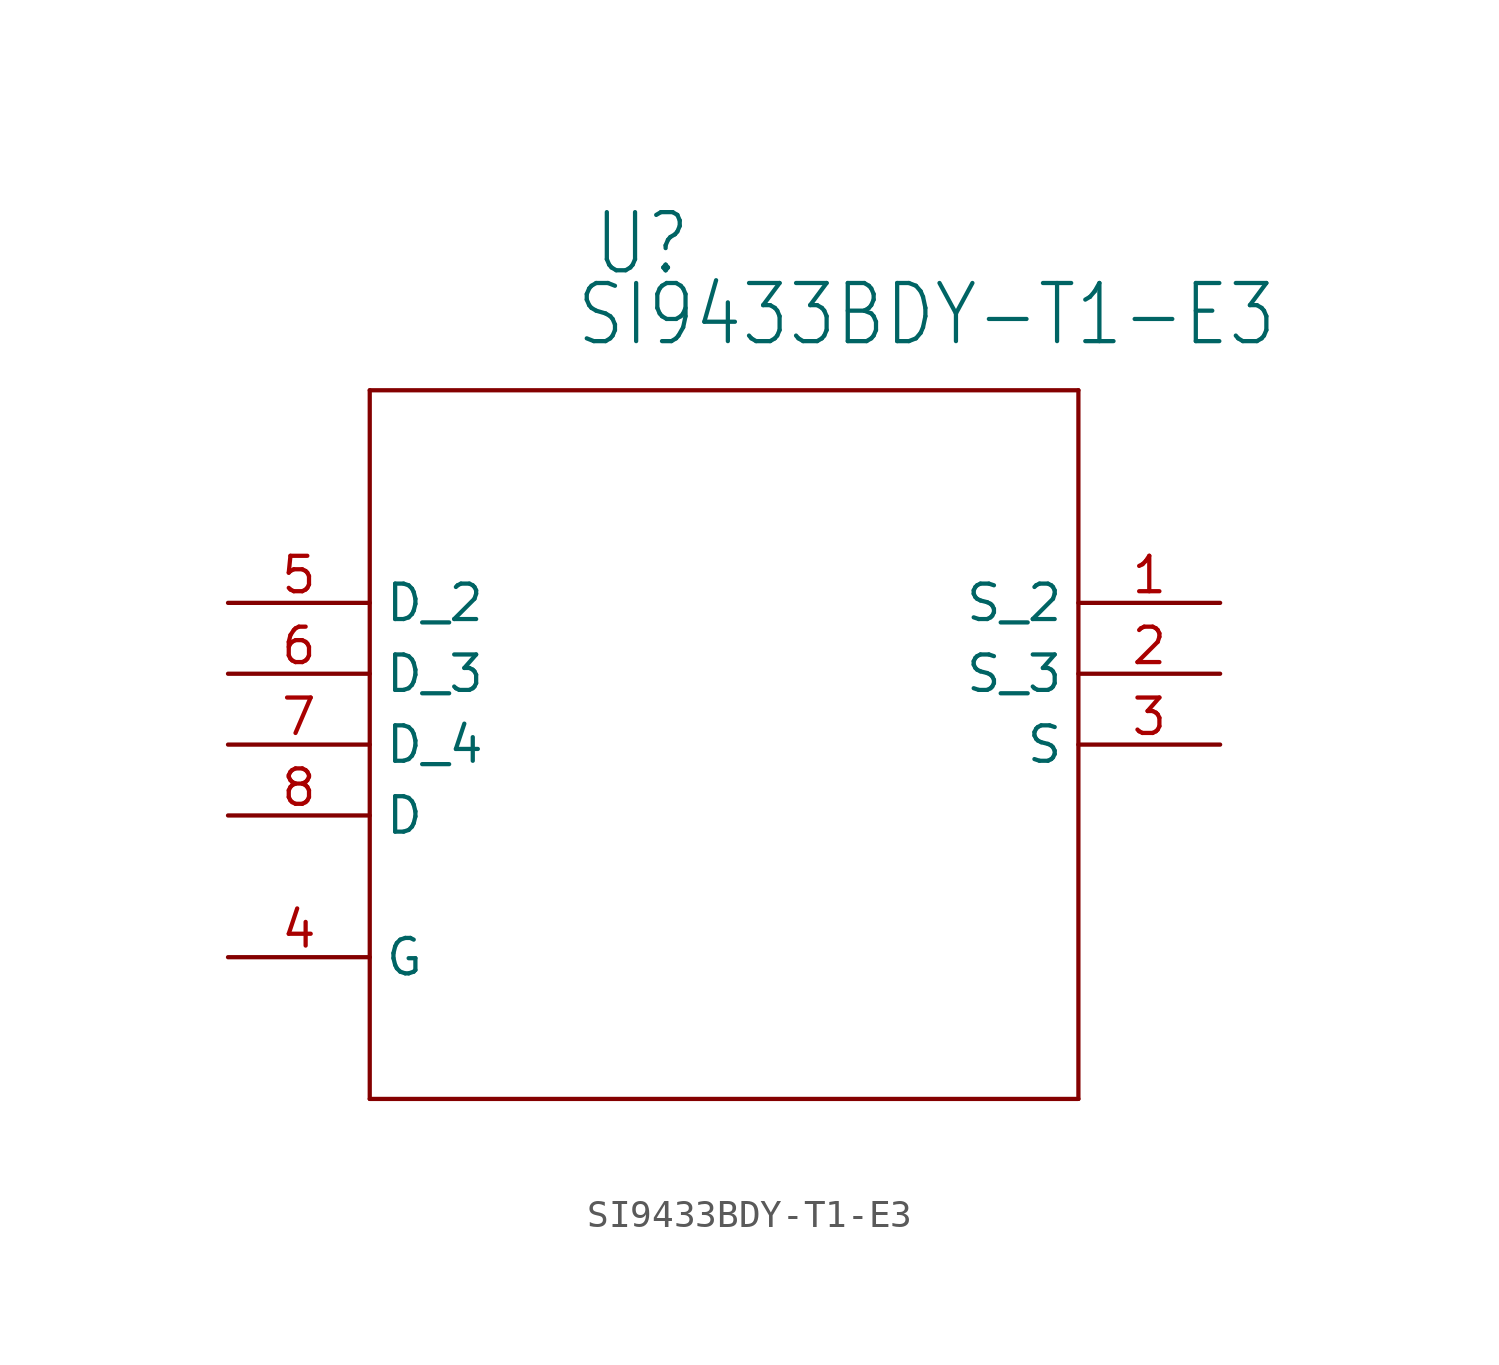
<source format=kicad_sym>
(kicad_symbol_lib
  (version 20211014)
  (generator kicad_symbol_editor)
  (symbol "SI9433BDY-T1-E3"
    (property "Reference" "U"
      (at 15.596 11.659 0)
      (effects (font (size 2.083 1.77)) (justify left bottom)))
    (property "Value" "SI9433BDY-T1-E3"
      (at 14.961 9.119 0)
      (effects (font (size 2.083 1.77)) (justify left bottom)))
    (property "ki_locked" ""
      (at 0 0 0)
      (effects (font (size 1.27 1.27))))
    (symbol "SI9433BDY-T1-E3_1_0"
      (polyline (pts (xy 7.62 -17.78) (xy 33.02 -17.78)) (stroke (width 0.152) (type default) (color 0 0 0 0)) (fill (type none)))
      (polyline (pts (xy 7.62 7.62) (xy 7.62 -17.78)) (stroke (width 0.152) (type default) (color 0 0 0 0)) (fill (type none)))
      (polyline (pts (xy 33.02 -17.78) (xy 33.02 7.62)) (stroke (width 0.152) (type default) (color 0 0 0 0)) (fill (type none)))
      (polyline (pts (xy 33.02 7.62) (xy 7.62 7.62)) (stroke (width 0.152) (type default) (color 0 0 0 0)) (fill (type none)))
      (pin passive line (at 38.1 0 180) (length 5.08) (name "S_2" (effects (font (size 1.27 1.27)))) (number "1" (effects (font (size 1.27 1.27)))))
      (pin passive line (at 38.1 -2.54 180) (length 5.08) (name "S_3" (effects (font (size 1.27 1.27)))) (number "2" (effects (font (size 1.27 1.27)))))
      (pin passive line (at 38.1 -5.08 180) (length 5.08) (name "S" (effects (font (size 1.27 1.27)))) (number "3" (effects (font (size 1.27 1.27)))))
      (pin passive line (at 2.54 -12.7 0) (length 5.08) (name "G" (effects (font (size 1.27 1.27)))) (number "4" (effects (font (size 1.27 1.27)))))
      (pin passive line (at 2.54 0 0) (length 5.08) (name "D_2" (effects (font (size 1.27 1.27)))) (number "5" (effects (font (size 1.27 1.27)))))
      (pin passive line (at 2.54 -2.54 0) (length 5.08) (name "D_3" (effects (font (size 1.27 1.27)))) (number "6" (effects (font (size 1.27 1.27)))))
      (pin passive line (at 2.54 -5.08 0) (length 5.08) (name "D_4" (effects (font (size 1.27 1.27)))) (number "7" (effects (font (size 1.27 1.27)))))
      (pin passive line (at 2.54 -7.62 0) (length 5.08) (name "D" (effects (font (size 1.27 1.27)))) (number "8" (effects (font (size 1.27 1.27))))))))
</source>
